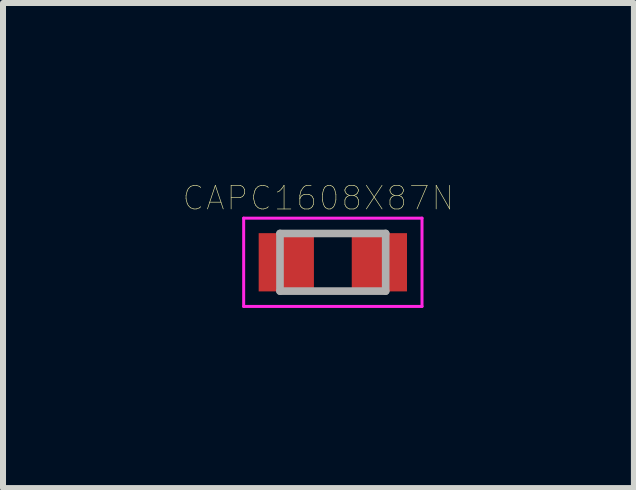
<source format=kicad_pcb>
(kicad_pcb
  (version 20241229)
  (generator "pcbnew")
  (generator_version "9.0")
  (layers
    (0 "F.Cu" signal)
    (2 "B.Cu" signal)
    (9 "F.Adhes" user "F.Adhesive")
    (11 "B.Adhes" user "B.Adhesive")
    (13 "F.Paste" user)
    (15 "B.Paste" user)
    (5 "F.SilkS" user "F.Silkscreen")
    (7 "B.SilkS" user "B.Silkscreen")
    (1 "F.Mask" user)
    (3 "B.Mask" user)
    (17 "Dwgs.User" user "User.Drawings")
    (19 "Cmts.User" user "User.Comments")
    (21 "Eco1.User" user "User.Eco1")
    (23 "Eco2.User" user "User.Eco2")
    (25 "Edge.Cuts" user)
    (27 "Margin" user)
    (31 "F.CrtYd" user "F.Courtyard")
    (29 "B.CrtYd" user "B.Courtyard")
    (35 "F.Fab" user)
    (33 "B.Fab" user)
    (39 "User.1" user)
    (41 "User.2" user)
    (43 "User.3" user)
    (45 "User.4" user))
  (footprint "CAPC1608X87N"
    (layer "F.Cu")
    (at 2.493 1.318)
    (property "Reference" "CAPC1608X87N" (at -0.24 -1.07 0) (layer "F.SilkS") (effects (font (size 0.394 0.394) (thickness 0.01))))
    (attr smd)
    (fp_line (start -1.485 -0.735) (end 1.485 -0.735) (stroke (width 0.05) (type solid)) (layer "F.CrtYd"))
    (fp_line (start -1.485 0.735) (end -1.485 -0.735) (stroke (width 0.05) (type solid)) (layer "F.CrtYd"))
    (fp_line (start -1.485 0.735) (end 1.485 0.735) (stroke (width 0.05) (type solid)) (layer "F.CrtYd"))
    (fp_line (start 1.485 0.735) (end 1.485 -0.735) (stroke (width 0.05) (type solid)) (layer "F.CrtYd"))
    (fp_line (start -0.88 0.48) (end -0.88 -0.48) (stroke (width 0.127) (type solid)) (layer "F.Fab"))
    (fp_line (start 0.88 -0.48) (end -0.88 -0.48) (stroke (width 0.127) (type solid)) (layer "F.Fab"))
    (fp_line (start 0.88 0.48) (end -0.88 0.48) (stroke (width 0.127) (type solid)) (layer "F.Fab"))
    (fp_line (start 0.88 0.48) (end 0.88 -0.48) (stroke (width 0.127) (type solid)) (layer "F.Fab"))
    (pad "1" smd rect (at -0.775 0) (size 0.92 0.97) (layers "F.Cu" "F.Mask" "F.Paste"))
    (pad "2" smd rect (at 0.775 0) (size 0.92 0.97) (layers "F.Cu" "F.Mask" "F.Paste")))
  (gr_rect
    (start -3 -3)
    (end 7.507 5.078)
    (stroke (width 0.1) (type default))
    (fill no)
    (layer "Edge.Cuts")))
</source>
